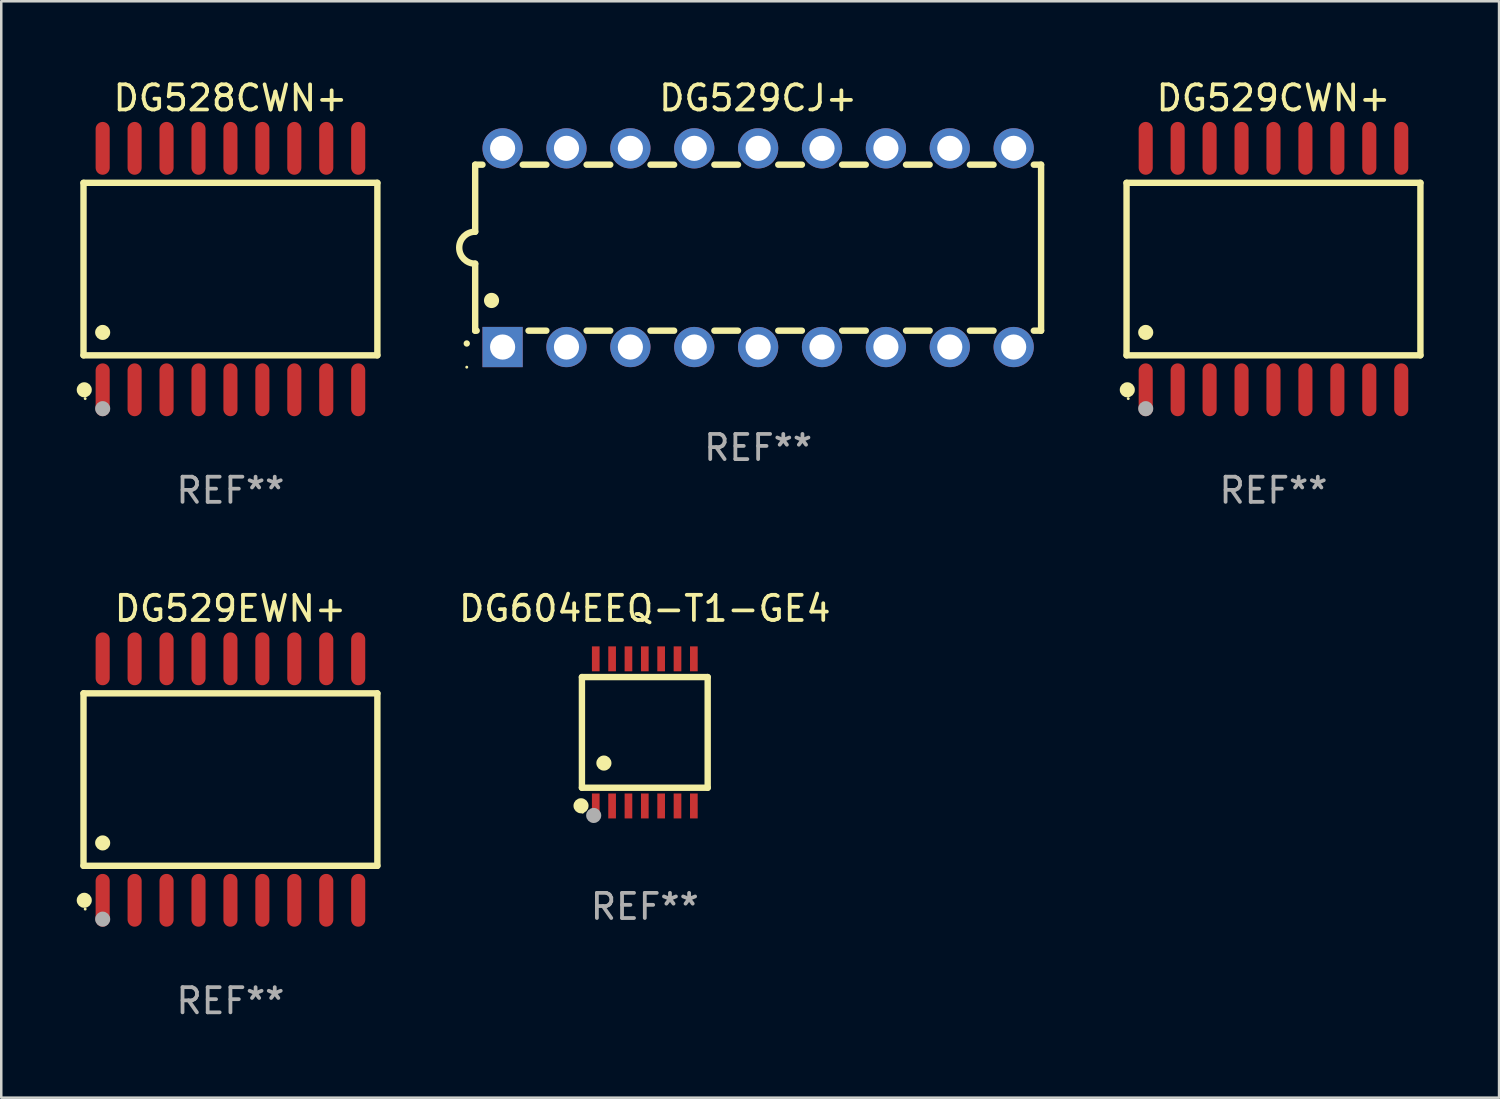
<source format=kicad_pcb>
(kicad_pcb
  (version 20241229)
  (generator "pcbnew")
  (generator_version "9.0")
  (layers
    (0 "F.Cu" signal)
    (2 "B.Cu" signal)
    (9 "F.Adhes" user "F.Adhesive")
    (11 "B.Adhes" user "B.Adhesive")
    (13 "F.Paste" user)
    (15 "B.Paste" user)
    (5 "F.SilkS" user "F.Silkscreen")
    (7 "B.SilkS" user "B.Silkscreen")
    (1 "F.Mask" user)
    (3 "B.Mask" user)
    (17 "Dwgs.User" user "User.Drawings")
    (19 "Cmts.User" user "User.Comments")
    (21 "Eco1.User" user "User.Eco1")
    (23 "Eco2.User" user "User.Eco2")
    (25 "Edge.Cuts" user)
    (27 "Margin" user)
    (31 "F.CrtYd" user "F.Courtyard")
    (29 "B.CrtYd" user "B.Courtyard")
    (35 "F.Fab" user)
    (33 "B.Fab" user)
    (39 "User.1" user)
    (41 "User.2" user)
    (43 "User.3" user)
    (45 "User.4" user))
  (footprint "DG604EEQ-T1-GE4"
    (layer "F.Cu")
    (at 22.587 26.07)
    (property "Reference" "DG604EEQ-T1-GE4" (at 0 -4.925 0) (layer "F.SilkS") (effects (font (size 1 1) (thickness 0.15))))
    (attr through_hole)
    (fp_line (start -2.5 2.2) (end -2.5 -2.2) (stroke (width 0.254) (type solid)) (layer "F.SilkS"))
    (fp_line (start -2.5 2.2) (end 2.5 2.2) (stroke (width 0.254) (type solid)) (layer "F.SilkS"))
    (fp_line (start 2.5 -2.2) (end -2.5 -2.2) (stroke (width 0.254) (type solid)) (layer "F.SilkS"))
    (fp_line (start 2.5 -2.2) (end 2.5 2.2) (stroke (width 0.254) (type solid)) (layer "F.SilkS"))
    (fp_circle (center -2.536 2.917) (end -2.386 2.917) (stroke (width 0.3) (type solid)) (fill no) (layer "F.SilkS"))
    (fp_circle (center -2.47 3.17) (end -2.44 3.17) (stroke (width 0.06) (type solid)) (fill no) (layer "F.SilkS"))
    (fp_circle (center -1.626 1.219) (end -1.475 1.219) (stroke (width 0.3) (type solid)) (fill no) (layer "F.SilkS"))
    (fp_circle (center -2.032 3.302) (end -1.882 3.302) (stroke (width 0.3) (type solid)) (fill no) (layer "F.Fab"))
    (fp_text user "REF**" (at 0 6.925 0) (layer "F.Fab") (effects (font (size 1 1) (thickness 0.15))))
    (pad "1" smd rect (at -1.95 2.925) (size 0.305 0.991) (layers "F.Cu" "F.Mask" "F.Paste"))
    (pad "2" smd rect (at -1.3 2.925) (size 0.305 0.991) (layers "F.Cu" "F.Mask" "F.Paste"))
    (pad "3" smd rect (at -0.65 2.925) (size 0.305 0.991) (layers "F.Cu" "F.Mask" "F.Paste"))
    (pad "4" smd rect (at 0 2.925) (size 0.305 0.991) (layers "F.Cu" "F.Mask" "F.Paste"))
    (pad "5" smd rect (at 0.65 2.925) (size 0.305 0.991) (layers "F.Cu" "F.Mask" "F.Paste"))
    (pad "6" smd rect (at 1.3 2.925) (size 0.305 0.991) (layers "F.Cu" "F.Mask" "F.Paste"))
    (pad "7" smd rect (at 1.95 2.925) (size 0.305 0.991) (layers "F.Cu" "F.Mask" "F.Paste"))
    (pad "8" smd rect (at 1.95 -2.925) (size 0.305 0.991) (layers "F.Cu" "F.Mask" "F.Paste"))
    (pad "9" smd rect (at 1.3 -2.925) (size 0.305 0.991) (layers "F.Cu" "F.Mask" "F.Paste"))
    (pad "10" smd rect (at 0.65 -2.925) (size 0.305 0.991) (layers "F.Cu" "F.Mask" "F.Paste"))
    (pad "11" smd rect (at 0 -2.925) (size 0.305 0.991) (layers "F.Cu" "F.Mask" "F.Paste"))
    (pad "12" smd rect (at -0.65 -2.925) (size 0.305 0.991) (layers "F.Cu" "F.Mask" "F.Paste"))
    (pad "13" smd rect (at -1.3 -2.925) (size 0.305 0.991) (layers "F.Cu" "F.Mask" "F.Paste"))
    (pad "14" smd rect (at -1.95 -2.925) (size 0.305 0.991) (layers "F.Cu" "F.Mask" "F.Paste")))
  (footprint "DG528CWN+"
    (layer "F.Cu")
    (at 6.112 7.648)
    (property "Reference" "DG528CWN+" (at 0 -6.8 0) (layer "F.SilkS") (effects (font (size 1 1) (thickness 0.15))))
    (attr through_hole)
    (fp_line (start -5.842 -3.429) (end -5.842 3.429) (stroke (width 0.254) (type solid)) (layer "F.SilkS"))
    (fp_line (start -5.842 3.429) (end 5.842 3.429) (stroke (width 0.254) (type solid)) (layer "F.SilkS"))
    (fp_line (start 5.842 -3.429) (end -5.842 -3.429) (stroke (width 0.254) (type solid)) (layer "F.SilkS"))
    (fp_line (start 5.842 3.429) (end 5.842 -3.429) (stroke (width 0.254) (type solid)) (layer "F.SilkS"))
    (fp_circle (center -5.812 4.8) (end -5.662 4.8) (stroke (width 0.3) (type solid)) (fill no) (layer "F.SilkS"))
    (fp_circle (center -5.775 5.15) (end -5.745 5.15) (stroke (width 0.06) (type solid)) (fill no) (layer "F.SilkS"))
    (fp_circle (center -5.08 2.519) (end -4.93 2.519) (stroke (width 0.3) (type solid)) (fill no) (layer "F.SilkS"))
    (fp_circle (center -5.08 5.55) (end -4.93 5.55) (stroke (width 0.3) (type solid)) (fill no) (layer "F.Fab"))
    (fp_text user "REF**" (at 0 8.8 0) (layer "F.Fab") (effects (font (size 1 1) (thickness 0.15))))
    (pad "1" smd oval (at -5.08 4.8) (size 0.56 2.1) (layers "F.Cu" "F.Mask" "F.Paste"))
    (pad "2" smd oval (at -3.81 4.8) (size 0.56 2.1) (layers "F.Cu" "F.Mask" "F.Paste"))
    (pad "3" smd oval (at -2.54 4.8) (size 0.56 2.1) (layers "F.Cu" "F.Mask" "F.Paste"))
    (pad "4" smd oval (at -1.27 4.8) (size 0.56 2.1) (layers "F.Cu" "F.Mask" "F.Paste"))
    (pad "5" smd oval (at 0 4.8) (size 0.56 2.1) (layers "F.Cu" "F.Mask" "F.Paste"))
    (pad "6" smd oval (at 1.27 4.8) (size 0.56 2.1) (layers "F.Cu" "F.Mask" "F.Paste"))
    (pad "7" smd oval (at 2.54 4.8) (size 0.56 2.1) (layers "F.Cu" "F.Mask" "F.Paste"))
    (pad "8" smd oval (at 3.81 4.8) (size 0.56 2.1) (layers "F.Cu" "F.Mask" "F.Paste"))
    (pad "9" smd oval (at 5.08 4.8) (size 0.56 2.1) (layers "F.Cu" "F.Mask" "F.Paste"))
    (pad "10" smd oval (at 5.08 -4.8) (size 0.56 2.1) (layers "F.Cu" "F.Mask" "F.Paste"))
    (pad "11" smd oval (at 3.81 -4.8) (size 0.56 2.1) (layers "F.Cu" "F.Mask" "F.Paste"))
    (pad "12" smd oval (at 2.54 -4.8) (size 0.56 2.1) (layers "F.Cu" "F.Mask" "F.Paste"))
    (pad "13" smd oval (at 1.27 -4.8) (size 0.56 2.1) (layers "F.Cu" "F.Mask" "F.Paste"))
    (pad "14" smd oval (at 0 -4.8) (size 0.56 2.1) (layers "F.Cu" "F.Mask" "F.Paste"))
    (pad "15" smd oval (at -1.27 -4.8) (size 0.56 2.1) (layers "F.Cu" "F.Mask" "F.Paste"))
    (pad "16" smd oval (at -2.54 -4.8) (size 0.56 2.1) (layers "F.Cu" "F.Mask" "F.Paste"))
    (pad "17" smd oval (at -3.81 -4.8) (size 0.56 2.1) (layers "F.Cu" "F.Mask" "F.Paste"))
    (pad "18" smd oval (at -5.08 -4.8) (size 0.56 2.1) (layers "F.Cu" "F.Mask" "F.Paste")))
  (footprint "DG529EWN+"
    (layer "F.Cu")
    (at 6.112 27.945)
    (property "Reference" "DG529EWN+" (at 0 -6.8 0) (layer "F.SilkS") (effects (font (size 1 1) (thickness 0.15))))
    (attr through_hole)
    (fp_line (start -5.842 -3.429) (end -5.842 3.429) (stroke (width 0.254) (type solid)) (layer "F.SilkS"))
    (fp_line (start -5.842 3.429) (end 5.842 3.429) (stroke (width 0.254) (type solid)) (layer "F.SilkS"))
    (fp_line (start 5.842 -3.429) (end -5.842 -3.429) (stroke (width 0.254) (type solid)) (layer "F.SilkS"))
    (fp_line (start 5.842 3.429) (end 5.842 -3.429) (stroke (width 0.254) (type solid)) (layer "F.SilkS"))
    (fp_circle (center -5.812 4.8) (end -5.662 4.8) (stroke (width 0.3) (type solid)) (fill no) (layer "F.SilkS"))
    (fp_circle (center -5.775 5.15) (end -5.745 5.15) (stroke (width 0.06) (type solid)) (fill no) (layer "F.SilkS"))
    (fp_circle (center -5.08 2.519) (end -4.93 2.519) (stroke (width 0.3) (type solid)) (fill no) (layer "F.SilkS"))
    (fp_circle (center -5.08 5.55) (end -4.93 5.55) (stroke (width 0.3) (type solid)) (fill no) (layer "F.Fab"))
    (fp_text user "REF**" (at 0 8.8 0) (layer "F.Fab") (effects (font (size 1 1) (thickness 0.15))))
    (pad "1" smd oval (at -5.08 4.8) (size 0.56 2.1) (layers "F.Cu" "F.Mask" "F.Paste"))
    (pad "2" smd oval (at -3.81 4.8) (size 0.56 2.1) (layers "F.Cu" "F.Mask" "F.Paste"))
    (pad "3" smd oval (at -2.54 4.8) (size 0.56 2.1) (layers "F.Cu" "F.Mask" "F.Paste"))
    (pad "4" smd oval (at -1.27 4.8) (size 0.56 2.1) (layers "F.Cu" "F.Mask" "F.Paste"))
    (pad "5" smd oval (at 0 4.8) (size 0.56 2.1) (layers "F.Cu" "F.Mask" "F.Paste"))
    (pad "6" smd oval (at 1.27 4.8) (size 0.56 2.1) (layers "F.Cu" "F.Mask" "F.Paste"))
    (pad "7" smd oval (at 2.54 4.8) (size 0.56 2.1) (layers "F.Cu" "F.Mask" "F.Paste"))
    (pad "8" smd oval (at 3.81 4.8) (size 0.56 2.1) (layers "F.Cu" "F.Mask" "F.Paste"))
    (pad "9" smd oval (at 5.08 4.8) (size 0.56 2.1) (layers "F.Cu" "F.Mask" "F.Paste"))
    (pad "10" smd oval (at 5.08 -4.8) (size 0.56 2.1) (layers "F.Cu" "F.Mask" "F.Paste"))
    (pad "11" smd oval (at 3.81 -4.8) (size 0.56 2.1) (layers "F.Cu" "F.Mask" "F.Paste"))
    (pad "12" smd oval (at 2.54 -4.8) (size 0.56 2.1) (layers "F.Cu" "F.Mask" "F.Paste"))
    (pad "13" smd oval (at 1.27 -4.8) (size 0.56 2.1) (layers "F.Cu" "F.Mask" "F.Paste"))
    (pad "14" smd oval (at 0 -4.8) (size 0.56 2.1) (layers "F.Cu" "F.Mask" "F.Paste"))
    (pad "15" smd oval (at -1.27 -4.8) (size 0.56 2.1) (layers "F.Cu" "F.Mask" "F.Paste"))
    (pad "16" smd oval (at -2.54 -4.8) (size 0.56 2.1) (layers "F.Cu" "F.Mask" "F.Paste"))
    (pad "17" smd oval (at -3.81 -4.8) (size 0.56 2.1) (layers "F.Cu" "F.Mask" "F.Paste"))
    (pad "18" smd oval (at -5.08 -4.8) (size 0.56 2.1) (layers "F.Cu" "F.Mask" "F.Paste")))
  (footprint "DG529CJ+"
    (layer "F.Cu")
    (at 27.093 6.798)
    (property "Reference" "DG529CJ+" (at 0 -5.95 0) (layer "F.SilkS") (effects (font (size 1 1) (thickness 0.15))))
    (attr through_hole)
    (fp_line (start -11.25 -3.3) (end -11.25 -0.635) (stroke (width 0.254) (type solid)) (layer "F.SilkS"))
    (fp_line (start -11.25 -3.3) (end -10.96 -3.3) (stroke (width 0.254) (type solid)) (layer "F.SilkS"))
    (fp_line (start -11.25 3.3) (end -11.25 0.635) (stroke (width 0.254) (type solid)) (layer "F.SilkS"))
    (fp_line (start -11.25 3.3) (end -11.191 3.3) (stroke (width 0.254) (type solid)) (layer "F.SilkS"))
    (fp_line (start -9.36 -3.3) (end -8.42 -3.3) (stroke (width 0.254) (type solid)) (layer "F.SilkS"))
    (fp_line (start -9.129 3.3) (end -8.42 3.3) (stroke (width 0.254) (type solid)) (layer "F.SilkS"))
    (fp_line (start -6.82 -3.3) (end -5.88 -3.3) (stroke (width 0.254) (type solid)) (layer "F.SilkS"))
    (fp_line (start -6.82 3.3) (end -5.88 3.3) (stroke (width 0.254) (type solid)) (layer "F.SilkS"))
    (fp_line (start -4.28 -3.3) (end -3.34 -3.3) (stroke (width 0.254) (type solid)) (layer "F.SilkS"))
    (fp_line (start -4.28 3.3) (end -3.34 3.3) (stroke (width 0.254) (type solid)) (layer "F.SilkS"))
    (fp_line (start -1.74 -3.3) (end -0.8 -3.3) (stroke (width 0.254) (type solid)) (layer "F.SilkS"))
    (fp_line (start -1.74 3.3) (end -0.8 3.3) (stroke (width 0.254) (type solid)) (layer "F.SilkS"))
    (fp_line (start 0.8 -3.3) (end 1.74 -3.3) (stroke (width 0.254) (type solid)) (layer "F.SilkS"))
    (fp_line (start 0.8 3.3) (end 1.74 3.3) (stroke (width 0.254) (type solid)) (layer "F.SilkS"))
    (fp_line (start 3.34 -3.3) (end 4.28 -3.3) (stroke (width 0.254) (type solid)) (layer "F.SilkS"))
    (fp_line (start 3.34 3.3) (end 4.28 3.3) (stroke (width 0.254) (type solid)) (layer "F.SilkS"))
    (fp_line (start 5.88 -3.3) (end 6.82 -3.3) (stroke (width 0.254) (type solid)) (layer "F.SilkS"))
    (fp_line (start 5.88 3.3) (end 6.82 3.3) (stroke (width 0.254) (type solid)) (layer "F.SilkS"))
    (fp_line (start 8.42 -3.3) (end 9.36 -3.3) (stroke (width 0.254) (type solid)) (layer "F.SilkS"))
    (fp_line (start 8.42 3.3) (end 9.36 3.3) (stroke (width 0.254) (type solid)) (layer "F.SilkS"))
    (fp_line (start 10.96 -3.3) (end 11.25 -3.3) (stroke (width 0.254) (type solid)) (layer "F.SilkS"))
    (fp_line (start 10.96 3.3) (end 11.25 3.3) (stroke (width 0.254) (type solid)) (layer "F.SilkS"))
    (fp_line (start 11.25 -3.3) (end 11.25 3.3) (stroke (width 0.254) (type solid)) (layer "F.SilkS"))
    (fp_arc (start -11.584963 3.810008) (mid -11.58497 3.808738) (end -11.584963 3.807468) (stroke (width 0.25) (type solid)) (layer "F.SilkS"))
    (fp_arc (start -11.250013 0.635001) (mid -11.884684 -0.000165) (end -11.249683 -0.635001) (stroke (width 0.254001) (type solid)) (layer "F.SilkS"))
    (fp_arc (start -10.600025 2.1) (mid -10.600036 2.09746) (end -10.600025 2.09492) (stroke (width 0.6) (type solid)) (layer "F.SilkS"))
    (fp_circle (center -11.585 4.75) (end -11.555 4.75) (stroke (width 0.06) (type solid)) (fill no) (layer "F.SilkS"))
    (fp_text user "REF**" (at 0 7.95 0) (layer "F.Fab") (effects (font (size 1 1) (thickness 0.15))))
    (pad "1" thru_hole rect (at -10.16 3.95 90) (size 1.6 1.6) (drill 1) (layers "*.Cu" "*.Mask"))
    (pad "2" thru_hole circle (at -7.62 3.95 90) (size 1.6 1.6) (drill 1) (layers "*.Cu" "*.Mask"))
    (pad "3" thru_hole circle (at -5.08 3.95 90) (size 1.6 1.6) (drill 1) (layers "*.Cu" "*.Mask"))
    (pad "4" thru_hole circle (at -2.54 3.95 90) (size 1.6 1.6) (drill 1) (layers "*.Cu" "*.Mask"))
    (pad "5" thru_hole circle (at 0 3.95 90) (size 1.6 1.6) (drill 1) (layers "*.Cu" "*.Mask"))
    (pad "6" thru_hole circle (at 2.54 3.95 90) (size 1.6 1.6) (drill 1) (layers "*.Cu" "*.Mask"))
    (pad "7" thru_hole circle (at 5.08 3.95 90) (size 1.6 1.6) (drill 1) (layers "*.Cu" "*.Mask"))
    (pad "8" thru_hole circle (at 7.62 3.95 90) (size 1.6 1.6) (drill 1) (layers "*.Cu" "*.Mask"))
    (pad "9" thru_hole circle (at 10.16 3.95 90) (size 1.6 1.6) (drill 1) (layers "*.Cu" "*.Mask"))
    (pad "10" thru_hole circle (at 10.16 -3.95 90) (size 1.6 1.6) (drill 1) (layers "*.Cu" "*.Mask"))
    (pad "11" thru_hole circle (at 7.62 -3.95 90) (size 1.6 1.6) (drill 1) (layers "*.Cu" "*.Mask"))
    (pad "12" thru_hole circle (at 5.08 -3.95 90) (size 1.6 1.6) (drill 1) (layers "*.Cu" "*.Mask"))
    (pad "13" thru_hole circle (at 2.54 -3.95 90) (size 1.6 1.6) (drill 1) (layers "*.Cu" "*.Mask"))
    (pad "14" thru_hole circle (at 0 -3.95 90) (size 1.6 1.6) (drill 1) (layers "*.Cu" "*.Mask"))
    (pad "15" thru_hole circle (at -2.54 -3.95 90) (size 1.6 1.6) (drill 1) (layers "*.Cu" "*.Mask"))
    (pad "16" thru_hole circle (at -5.08 -3.95 90) (size 1.6 1.6) (drill 1) (layers "*.Cu" "*.Mask"))
    (pad "17" thru_hole circle (at -7.62 -3.95 90) (size 1.6 1.6) (drill 1) (layers "*.Cu" "*.Mask"))
    (pad "18" thru_hole circle (at -10.16 -3.95 90) (size 1.6 1.6) (drill 1) (layers "*.Cu" "*.Mask")))
  (footprint "DG529CWN+"
    (layer "F.Cu")
    (at 47.583 7.648)
    (property "Reference" "DG529CWN+" (at 0 -6.8 0) (layer "F.SilkS") (effects (font (size 1 1) (thickness 0.15))))
    (attr through_hole)
    (fp_line (start -5.842 -3.429) (end -5.842 3.429) (stroke (width 0.254) (type solid)) (layer "F.SilkS"))
    (fp_line (start -5.842 3.429) (end 5.842 3.429) (stroke (width 0.254) (type solid)) (layer "F.SilkS"))
    (fp_line (start 5.842 -3.429) (end -5.842 -3.429) (stroke (width 0.254) (type solid)) (layer "F.SilkS"))
    (fp_line (start 5.842 3.429) (end 5.842 -3.429) (stroke (width 0.254) (type solid)) (layer "F.SilkS"))
    (fp_circle (center -5.812 4.8) (end -5.662 4.8) (stroke (width 0.3) (type solid)) (fill no) (layer "F.SilkS"))
    (fp_circle (center -5.775 5.15) (end -5.745 5.15) (stroke (width 0.06) (type solid)) (fill no) (layer "F.SilkS"))
    (fp_circle (center -5.08 2.519) (end -4.93 2.519) (stroke (width 0.3) (type solid)) (fill no) (layer "F.SilkS"))
    (fp_circle (center -5.08 5.55) (end -4.93 5.55) (stroke (width 0.3) (type solid)) (fill no) (layer "F.Fab"))
    (fp_text user "REF**" (at 0 8.8 0) (layer "F.Fab") (effects (font (size 1 1) (thickness 0.15))))
    (pad "1" smd oval (at -5.08 4.8) (size 0.56 2.1) (layers "F.Cu" "F.Mask" "F.Paste"))
    (pad "2" smd oval (at -3.81 4.8) (size 0.56 2.1) (layers "F.Cu" "F.Mask" "F.Paste"))
    (pad "3" smd oval (at -2.54 4.8) (size 0.56 2.1) (layers "F.Cu" "F.Mask" "F.Paste"))
    (pad "4" smd oval (at -1.27 4.8) (size 0.56 2.1) (layers "F.Cu" "F.Mask" "F.Paste"))
    (pad "5" smd oval (at 0 4.8) (size 0.56 2.1) (layers "F.Cu" "F.Mask" "F.Paste"))
    (pad "6" smd oval (at 1.27 4.8) (size 0.56 2.1) (layers "F.Cu" "F.Mask" "F.Paste"))
    (pad "7" smd oval (at 2.54 4.8) (size 0.56 2.1) (layers "F.Cu" "F.Mask" "F.Paste"))
    (pad "8" smd oval (at 3.81 4.8) (size 0.56 2.1) (layers "F.Cu" "F.Mask" "F.Paste"))
    (pad "9" smd oval (at 5.08 4.8) (size 0.56 2.1) (layers "F.Cu" "F.Mask" "F.Paste"))
    (pad "10" smd oval (at 5.08 -4.8) (size 0.56 2.1) (layers "F.Cu" "F.Mask" "F.Paste"))
    (pad "11" smd oval (at 3.81 -4.8) (size 0.56 2.1) (layers "F.Cu" "F.Mask" "F.Paste"))
    (pad "12" smd oval (at 2.54 -4.8) (size 0.56 2.1) (layers "F.Cu" "F.Mask" "F.Paste"))
    (pad "13" smd oval (at 1.27 -4.8) (size 0.56 2.1) (layers "F.Cu" "F.Mask" "F.Paste"))
    (pad "14" smd oval (at 0 -4.8) (size 0.56 2.1) (layers "F.Cu" "F.Mask" "F.Paste"))
    (pad "15" smd oval (at -1.27 -4.8) (size 0.56 2.1) (layers "F.Cu" "F.Mask" "F.Paste"))
    (pad "16" smd oval (at -2.54 -4.8) (size 0.56 2.1) (layers "F.Cu" "F.Mask" "F.Paste"))
    (pad "17" smd oval (at -3.81 -4.8) (size 0.56 2.1) (layers "F.Cu" "F.Mask" "F.Paste"))
    (pad "18" smd oval (at -5.08 -4.8) (size 0.56 2.1) (layers "F.Cu" "F.Mask" "F.Paste")))
  (gr_rect
    (start -3 -3)
    (end 56.552 40.593)
    (stroke (width 0.1) (type default))
    (fill no)
    (layer "Edge.Cuts")))
</source>
